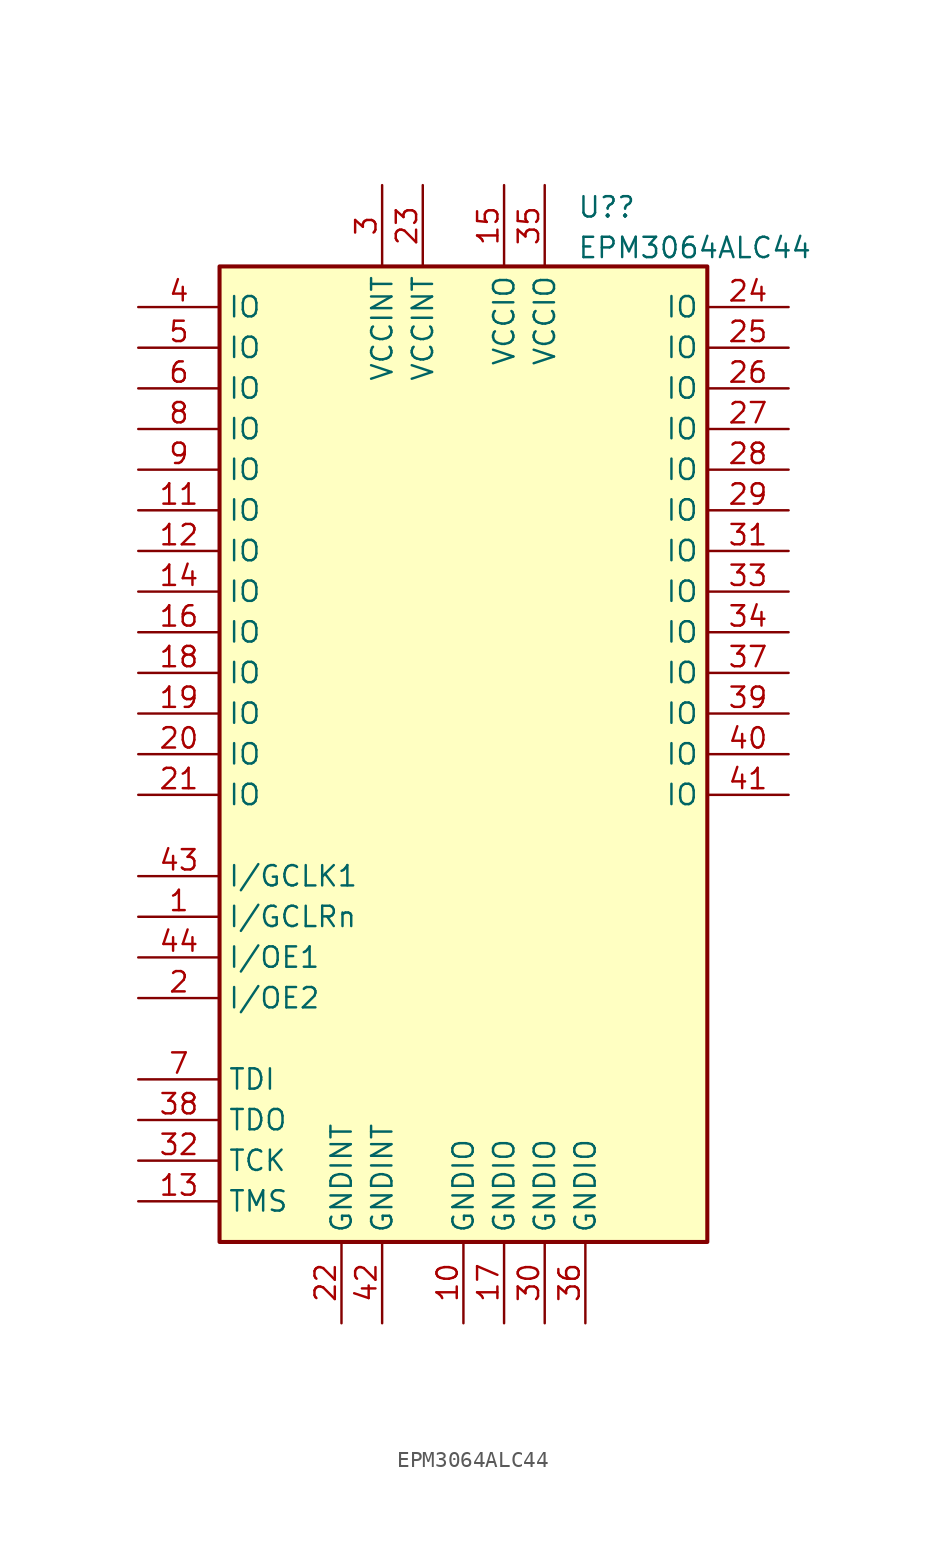
<source format=kicad_sym>
(kicad_symbol_lib
  (version 20211014)
  (generator kicad_symbol_editor)
  (symbol "EPM3064ALC44"
    (property "Reference" "U?"
      (at 7.099 34.18 0)
      (effects (font (size 1.27 1.27)) (justify left)))
    (property "Value" "EPM3064ALC44"
      (at 7.099 31.643 0)
      (effects (font (size 1.27 1.27)) (justify left)))
    (symbol "EPM3064ALC44_1_0"
      (rectangle (start -15.24 30.48) (end 15.24 -30.48) (stroke (width 0.254) (type default) (color 0 0 0 0)) (fill (type background)))
      (pin passive line (at -20.32 -10.16 0) (length 5.08) (name "I/GCLRn" (effects (font (size 1.27 1.27)))) (number "1" (effects (font (size 1.27 1.27)))))
      (pin passive line (at 0 -35.56 90) (length 5.08) (name "GNDIO" (effects (font (size 1.27 1.27)))) (number "10" (effects (font (size 1.27 1.27)))))
      (pin passive line (at -20.32 15.24 0) (length 5.08) (name "IO" (effects (font (size 1.27 1.27)))) (number "11" (effects (font (size 1.27 1.27)))))
      (pin passive line (at -20.32 12.7 0) (length 5.08) (name "IO" (effects (font (size 1.27 1.27)))) (number "12" (effects (font (size 1.27 1.27)))))
      (pin passive line (at -20.32 -27.94 0) (length 5.08) (name "TMS" (effects (font (size 1.27 1.27)))) (number "13" (effects (font (size 1.27 1.27)))))
      (pin passive line (at -20.32 10.16 0) (length 5.08) (name "IO" (effects (font (size 1.27 1.27)))) (number "14" (effects (font (size 1.27 1.27)))))
      (pin passive line (at 2.54 35.56 270) (length 5.08) (name "VCCIO" (effects (font (size 1.27 1.27)))) (number "15" (effects (font (size 1.27 1.27)))))
      (pin passive line (at -20.32 7.62 0) (length 5.08) (name "IO" (effects (font (size 1.27 1.27)))) (number "16" (effects (font (size 1.27 1.27)))))
      (pin passive line (at 2.54 -35.56 90) (length 5.08) (name "GNDIO" (effects (font (size 1.27 1.27)))) (number "17" (effects (font (size 1.27 1.27)))))
      (pin passive line (at -20.32 5.08 0) (length 5.08) (name "IO" (effects (font (size 1.27 1.27)))) (number "18" (effects (font (size 1.27 1.27)))))
      (pin passive line (at -20.32 2.54 0) (length 5.08) (name "IO" (effects (font (size 1.27 1.27)))) (number "19" (effects (font (size 1.27 1.27)))))
      (pin passive line (at -20.32 -15.24 0) (length 5.08) (name "I/OE2" (effects (font (size 1.27 1.27)))) (number "2" (effects (font (size 1.27 1.27)))))
      (pin passive line (at -20.32 0 0) (length 5.08) (name "IO" (effects (font (size 1.27 1.27)))) (number "20" (effects (font (size 1.27 1.27)))))
      (pin passive line (at -20.32 -2.54 0) (length 5.08) (name "IO" (effects (font (size 1.27 1.27)))) (number "21" (effects (font (size 1.27 1.27)))))
      (pin passive line (at -7.62 -35.56 90) (length 5.08) (name "GNDINT" (effects (font (size 1.27 1.27)))) (number "22" (effects (font (size 1.27 1.27)))))
      (pin passive line (at -2.54 35.56 270) (length 5.08) (name "VCCINT" (effects (font (size 1.27 1.27)))) (number "23" (effects (font (size 1.27 1.27)))))
      (pin passive line (at 20.32 27.94 180) (length 5.08) (name "IO" (effects (font (size 1.27 1.27)))) (number "24" (effects (font (size 1.27 1.27)))))
      (pin passive line (at 20.32 25.4 180) (length 5.08) (name "IO" (effects (font (size 1.27 1.27)))) (number "25" (effects (font (size 1.27 1.27)))))
      (pin passive line (at 20.32 22.86 180) (length 5.08) (name "IO" (effects (font (size 1.27 1.27)))) (number "26" (effects (font (size 1.27 1.27)))))
      (pin passive line (at 20.32 20.32 180) (length 5.08) (name "IO" (effects (font (size 1.27 1.27)))) (number "27" (effects (font (size 1.27 1.27)))))
      (pin passive line (at 20.32 17.78 180) (length 5.08) (name "IO" (effects (font (size 1.27 1.27)))) (number "28" (effects (font (size 1.27 1.27)))))
      (pin passive line (at 20.32 15.24 180) (length 5.08) (name "IO" (effects (font (size 1.27 1.27)))) (number "29" (effects (font (size 1.27 1.27)))))
      (pin passive line (at -5.08 35.56 270) (length 5.08) (name "VCCINT" (effects (font (size 1.27 1.27)))) (number "3" (effects (font (size 1.27 1.27)))))
      (pin passive line (at 5.08 -35.56 90) (length 5.08) (name "GNDIO" (effects (font (size 1.27 1.27)))) (number "30" (effects (font (size 1.27 1.27)))))
      (pin passive line (at 20.32 12.7 180) (length 5.08) (name "IO" (effects (font (size 1.27 1.27)))) (number "31" (effects (font (size 1.27 1.27)))))
      (pin passive line (at -20.32 -25.4 0) (length 5.08) (name "TCK" (effects (font (size 1.27 1.27)))) (number "32" (effects (font (size 1.27 1.27)))))
      (pin passive line (at 20.32 10.16 180) (length 5.08) (name "IO" (effects (font (size 1.27 1.27)))) (number "33" (effects (font (size 1.27 1.27)))))
      (pin passive line (at 20.32 7.62 180) (length 5.08) (name "IO" (effects (font (size 1.27 1.27)))) (number "34" (effects (font (size 1.27 1.27)))))
      (pin passive line (at 5.08 35.56 270) (length 5.08) (name "VCCIO" (effects (font (size 1.27 1.27)))) (number "35" (effects (font (size 1.27 1.27)))))
      (pin passive line (at 7.62 -35.56 90) (length 5.08) (name "GNDIO" (effects (font (size 1.27 1.27)))) (number "36" (effects (font (size 1.27 1.27)))))
      (pin passive line (at 20.32 5.08 180) (length 5.08) (name "IO" (effects (font (size 1.27 1.27)))) (number "37" (effects (font (size 1.27 1.27)))))
      (pin passive line (at -20.32 -22.86 0) (length 5.08) (name "TDO" (effects (font (size 1.27 1.27)))) (number "38" (effects (font (size 1.27 1.27)))))
      (pin passive line (at 20.32 2.54 180) (length 5.08) (name "IO" (effects (font (size 1.27 1.27)))) (number "39" (effects (font (size 1.27 1.27)))))
      (pin passive line (at -20.32 27.94 0) (length 5.08) (name "IO" (effects (font (size 1.27 1.27)))) (number "4" (effects (font (size 1.27 1.27)))))
      (pin passive line (at 20.32 0 180) (length 5.08) (name "IO" (effects (font (size 1.27 1.27)))) (number "40" (effects (font (size 1.27 1.27)))))
      (pin passive line (at 20.32 -2.54 180) (length 5.08) (name "IO" (effects (font (size 1.27 1.27)))) (number "41" (effects (font (size 1.27 1.27)))))
      (pin passive line (at -5.08 -35.56 90) (length 5.08) (name "GNDINT" (effects (font (size 1.27 1.27)))) (number "42" (effects (font (size 1.27 1.27)))))
      (pin passive line (at -20.32 -7.62 0) (length 5.08) (name "I/GCLK1" (effects (font (size 1.27 1.27)))) (number "43" (effects (font (size 1.27 1.27)))))
      (pin passive line (at -20.32 -12.7 0) (length 5.08) (name "I/OE1" (effects (font (size 1.27 1.27)))) (number "44" (effects (font (size 1.27 1.27)))))
      (pin passive line (at -20.32 25.4 0) (length 5.08) (name "IO" (effects (font (size 1.27 1.27)))) (number "5" (effects (font (size 1.27 1.27)))))
      (pin passive line (at -20.32 22.86 0) (length 5.08) (name "IO" (effects (font (size 1.27 1.27)))) (number "6" (effects (font (size 1.27 1.27)))))
      (pin passive line (at -20.32 -20.32 0) (length 5.08) (name "TDI" (effects (font (size 1.27 1.27)))) (number "7" (effects (font (size 1.27 1.27)))))
      (pin passive line (at -20.32 20.32 0) (length 5.08) (name "IO" (effects (font (size 1.27 1.27)))) (number "8" (effects (font (size 1.27 1.27)))))
      (pin passive line (at -20.32 17.78 0) (length 5.08) (name "IO" (effects (font (size 1.27 1.27)))) (number "9" (effects (font (size 1.27 1.27))))))))
</source>
